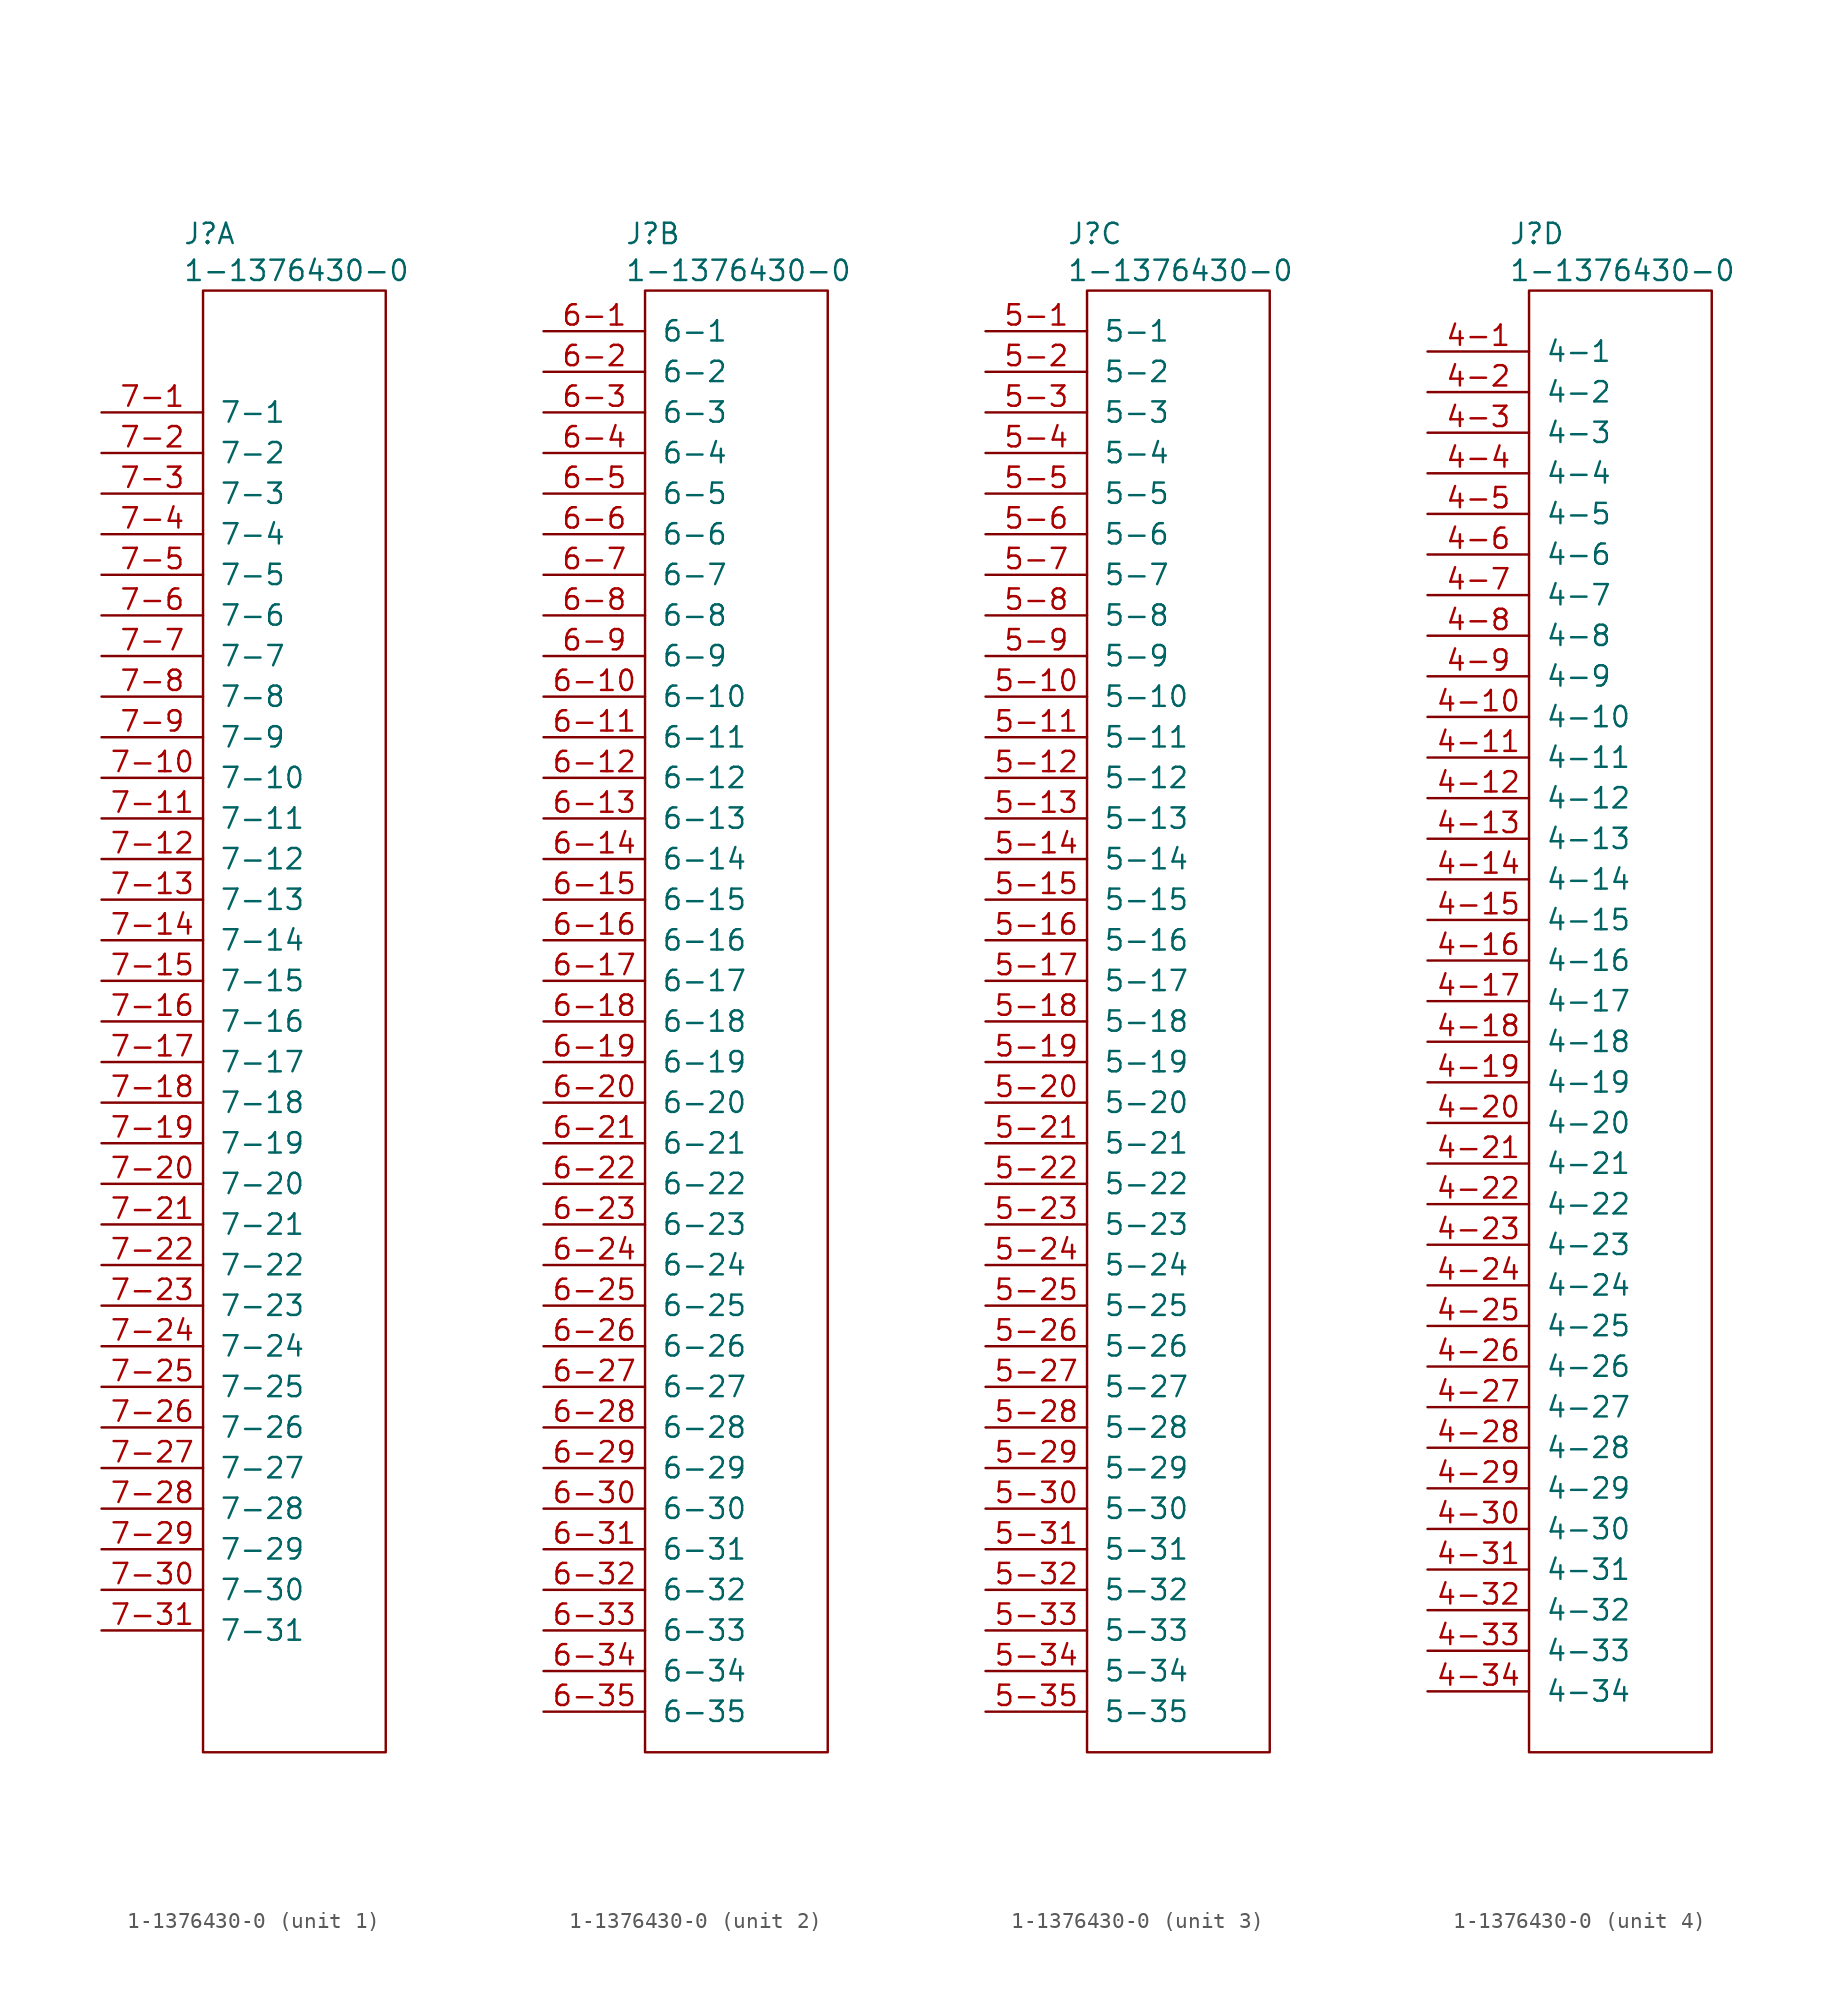
<source format=kicad_sym>
(kicad_symbol_lib
  (version 20231120)
  (generator "kicad_symbol_editor")
  (generator_version "8.0")
  (symbol "1-1376430-0"
    (pin_names
      (offset 1.016))
    (property "Reference" "J"
      (at -1.27 49.276 0)
      (effects (font (size 1.27 1.27)) (justify left)))
    (property "Value" "1-1376430-0"
      (at -1.27 46.965 0)
      (effects (font (size 1.27 1.27)) (justify left)))
    (symbol "1-1376430-0_0_1"
      (rectangle (start 0 45.72) (end 11.43 -45.72) (stroke (width 0) (type default)) (fill (type none))))
    (symbol "1-1376430-0_1_1"
      (pin input line (at -6.35 38.1 0) (length 6.35) (name "7-1" (effects (font (size 1.27 1.27)))) (number "7-1" (effects (font (size 1.27 1.27)))))
      (pin input line (at -6.35 15.24 0) (length 6.35) (name "7-10" (effects (font (size 1.27 1.27)))) (number "7-10" (effects (font (size 1.27 1.27)))))
      (pin input line (at -6.35 12.7 0) (length 6.35) (name "7-11" (effects (font (size 1.27 1.27)))) (number "7-11" (effects (font (size 1.27 1.27)))))
      (pin input line (at -6.35 10.16 0) (length 6.35) (name "7-12" (effects (font (size 1.27 1.27)))) (number "7-12" (effects (font (size 1.27 1.27)))))
      (pin input line (at -6.35 7.62 0) (length 6.35) (name "7-13" (effects (font (size 1.27 1.27)))) (number "7-13" (effects (font (size 1.27 1.27)))))
      (pin input line (at -6.35 5.08 0) (length 6.35) (name "7-14" (effects (font (size 1.27 1.27)))) (number "7-14" (effects (font (size 1.27 1.27)))))
      (pin input line (at -6.35 2.54 0) (length 6.35) (name "7-15" (effects (font (size 1.27 1.27)))) (number "7-15" (effects (font (size 1.27 1.27)))))
      (pin input line (at -6.35 0 0) (length 6.35) (name "7-16" (effects (font (size 1.27 1.27)))) (number "7-16" (effects (font (size 1.27 1.27)))))
      (pin input line (at -6.35 -2.54 0) (length 6.35) (name "7-17" (effects (font (size 1.27 1.27)))) (number "7-17" (effects (font (size 1.27 1.27)))))
      (pin input line (at -6.35 -5.08 0) (length 6.35) (name "7-18" (effects (font (size 1.27 1.27)))) (number "7-18" (effects (font (size 1.27 1.27)))))
      (pin input line (at -6.35 -7.62 0) (length 6.35) (name "7-19" (effects (font (size 1.27 1.27)))) (number "7-19" (effects (font (size 1.27 1.27)))))
      (pin input line (at -6.35 35.56 0) (length 6.35) (name "7-2" (effects (font (size 1.27 1.27)))) (number "7-2" (effects (font (size 1.27 1.27)))))
      (pin input line (at -6.35 -10.16 0) (length 6.35) (name "7-20" (effects (font (size 1.27 1.27)))) (number "7-20" (effects (font (size 1.27 1.27)))))
      (pin input line (at -6.35 -12.7 0) (length 6.35) (name "7-21" (effects (font (size 1.27 1.27)))) (number "7-21" (effects (font (size 1.27 1.27)))))
      (pin input line (at -6.35 -15.24 0) (length 6.35) (name "7-22" (effects (font (size 1.27 1.27)))) (number "7-22" (effects (font (size 1.27 1.27)))))
      (pin input line (at -6.35 -17.78 0) (length 6.35) (name "7-23" (effects (font (size 1.27 1.27)))) (number "7-23" (effects (font (size 1.27 1.27)))))
      (pin input line (at -6.35 -20.32 0) (length 6.35) (name "7-24" (effects (font (size 1.27 1.27)))) (number "7-24" (effects (font (size 1.27 1.27)))))
      (pin input line (at -6.35 -22.86 0) (length 6.35) (name "7-25" (effects (font (size 1.27 1.27)))) (number "7-25" (effects (font (size 1.27 1.27)))))
      (pin input line (at -6.35 -25.4 0) (length 6.35) (name "7-26" (effects (font (size 1.27 1.27)))) (number "7-26" (effects (font (size 1.27 1.27)))))
      (pin input line (at -6.35 -27.94 0) (length 6.35) (name "7-27" (effects (font (size 1.27 1.27)))) (number "7-27" (effects (font (size 1.27 1.27)))))
      (pin input line (at -6.35 -30.48 0) (length 6.35) (name "7-28" (effects (font (size 1.27 1.27)))) (number "7-28" (effects (font (size 1.27 1.27)))))
      (pin input line (at -6.35 -33.02 0) (length 6.35) (name "7-29" (effects (font (size 1.27 1.27)))) (number "7-29" (effects (font (size 1.27 1.27)))))
      (pin input line (at -6.35 33.02 0) (length 6.35) (name "7-3" (effects (font (size 1.27 1.27)))) (number "7-3" (effects (font (size 1.27 1.27)))))
      (pin input line (at -6.35 -35.56 0) (length 6.35) (name "7-30" (effects (font (size 1.27 1.27)))) (number "7-30" (effects (font (size 1.27 1.27)))))
      (pin input line (at -6.35 -38.1 0) (length 6.35) (name "7-31" (effects (font (size 1.27 1.27)))) (number "7-31" (effects (font (size 1.27 1.27)))))
      (pin input line (at -6.35 30.48 0) (length 6.35) (name "7-4" (effects (font (size 1.27 1.27)))) (number "7-4" (effects (font (size 1.27 1.27)))))
      (pin input line (at -6.35 27.94 0) (length 6.35) (name "7-5" (effects (font (size 1.27 1.27)))) (number "7-5" (effects (font (size 1.27 1.27)))))
      (pin input line (at -6.35 25.4 0) (length 6.35) (name "7-6" (effects (font (size 1.27 1.27)))) (number "7-6" (effects (font (size 1.27 1.27)))))
      (pin input line (at -6.35 22.86 0) (length 6.35) (name "7-7" (effects (font (size 1.27 1.27)))) (number "7-7" (effects (font (size 1.27 1.27)))))
      (pin input line (at -6.35 20.32 0) (length 6.35) (name "7-8" (effects (font (size 1.27 1.27)))) (number "7-8" (effects (font (size 1.27 1.27)))))
      (pin input line (at -6.35 17.78 0) (length 6.35) (name "7-9" (effects (font (size 1.27 1.27)))) (number "7-9" (effects (font (size 1.27 1.27))))))
    (symbol "1-1376430-0_2_1"
      (pin input line (at -6.35 43.18 0) (length 6.35) (name "6-1" (effects (font (size 1.27 1.27)))) (number "6-1" (effects (font (size 1.27 1.27)))))
      (pin input line (at -6.35 20.32 0) (length 6.35) (name "6-10" (effects (font (size 1.27 1.27)))) (number "6-10" (effects (font (size 1.27 1.27)))))
      (pin input line (at -6.35 17.78 0) (length 6.35) (name "6-11" (effects (font (size 1.27 1.27)))) (number "6-11" (effects (font (size 1.27 1.27)))))
      (pin input line (at -6.35 15.24 0) (length 6.35) (name "6-12" (effects (font (size 1.27 1.27)))) (number "6-12" (effects (font (size 1.27 1.27)))))
      (pin input line (at -6.35 12.7 0) (length 6.35) (name "6-13" (effects (font (size 1.27 1.27)))) (number "6-13" (effects (font (size 1.27 1.27)))))
      (pin input line (at -6.35 10.16 0) (length 6.35) (name "6-14" (effects (font (size 1.27 1.27)))) (number "6-14" (effects (font (size 1.27 1.27)))))
      (pin input line (at -6.35 7.62 0) (length 6.35) (name "6-15" (effects (font (size 1.27 1.27)))) (number "6-15" (effects (font (size 1.27 1.27)))))
      (pin input line (at -6.35 5.08 0) (length 6.35) (name "6-16" (effects (font (size 1.27 1.27)))) (number "6-16" (effects (font (size 1.27 1.27)))))
      (pin input line (at -6.35 2.54 0) (length 6.35) (name "6-17" (effects (font (size 1.27 1.27)))) (number "6-17" (effects (font (size 1.27 1.27)))))
      (pin input line (at -6.35 0 0) (length 6.35) (name "6-18" (effects (font (size 1.27 1.27)))) (number "6-18" (effects (font (size 1.27 1.27)))))
      (pin input line (at -6.35 -2.54 0) (length 6.35) (name "6-19" (effects (font (size 1.27 1.27)))) (number "6-19" (effects (font (size 1.27 1.27)))))
      (pin input line (at -6.35 40.64 0) (length 6.35) (name "6-2" (effects (font (size 1.27 1.27)))) (number "6-2" (effects (font (size 1.27 1.27)))))
      (pin input line (at -6.35 -5.08 0) (length 6.35) (name "6-20" (effects (font (size 1.27 1.27)))) (number "6-20" (effects (font (size 1.27 1.27)))))
      (pin input line (at -6.35 -7.62 0) (length 6.35) (name "6-21" (effects (font (size 1.27 1.27)))) (number "6-21" (effects (font (size 1.27 1.27)))))
      (pin input line (at -6.35 -10.16 0) (length 6.35) (name "6-22" (effects (font (size 1.27 1.27)))) (number "6-22" (effects (font (size 1.27 1.27)))))
      (pin input line (at -6.35 -12.7 0) (length 6.35) (name "6-23" (effects (font (size 1.27 1.27)))) (number "6-23" (effects (font (size 1.27 1.27)))))
      (pin input line (at -6.35 -15.24 0) (length 6.35) (name "6-24" (effects (font (size 1.27 1.27)))) (number "6-24" (effects (font (size 1.27 1.27)))))
      (pin input line (at -6.35 -17.78 0) (length 6.35) (name "6-25" (effects (font (size 1.27 1.27)))) (number "6-25" (effects (font (size 1.27 1.27)))))
      (pin input line (at -6.35 -20.32 0) (length 6.35) (name "6-26" (effects (font (size 1.27 1.27)))) (number "6-26" (effects (font (size 1.27 1.27)))))
      (pin input line (at -6.35 -22.86 0) (length 6.35) (name "6-27" (effects (font (size 1.27 1.27)))) (number "6-27" (effects (font (size 1.27 1.27)))))
      (pin input line (at -6.35 -25.4 0) (length 6.35) (name "6-28" (effects (font (size 1.27 1.27)))) (number "6-28" (effects (font (size 1.27 1.27)))))
      (pin input line (at -6.35 -27.94 0) (length 6.35) (name "6-29" (effects (font (size 1.27 1.27)))) (number "6-29" (effects (font (size 1.27 1.27)))))
      (pin input line (at -6.35 38.1 0) (length 6.35) (name "6-3" (effects (font (size 1.27 1.27)))) (number "6-3" (effects (font (size 1.27 1.27)))))
      (pin input line (at -6.35 -30.48 0) (length 6.35) (name "6-30" (effects (font (size 1.27 1.27)))) (number "6-30" (effects (font (size 1.27 1.27)))))
      (pin input line (at -6.35 -33.02 0) (length 6.35) (name "6-31" (effects (font (size 1.27 1.27)))) (number "6-31" (effects (font (size 1.27 1.27)))))
      (pin input line (at -6.35 -35.56 0) (length 6.35) (name "6-32" (effects (font (size 1.27 1.27)))) (number "6-32" (effects (font (size 1.27 1.27)))))
      (pin input line (at -6.35 -38.1 0) (length 6.35) (name "6-33" (effects (font (size 1.27 1.27)))) (number "6-33" (effects (font (size 1.27 1.27)))))
      (pin input line (at -6.35 -40.64 0) (length 6.35) (name "6-34" (effects (font (size 1.27 1.27)))) (number "6-34" (effects (font (size 1.27 1.27)))))
      (pin input line (at -6.35 -43.18 0) (length 6.35) (name "6-35" (effects (font (size 1.27 1.27)))) (number "6-35" (effects (font (size 1.27 1.27)))))
      (pin input line (at -6.35 35.56 0) (length 6.35) (name "6-4" (effects (font (size 1.27 1.27)))) (number "6-4" (effects (font (size 1.27 1.27)))))
      (pin input line (at -6.35 33.02 0) (length 6.35) (name "6-5" (effects (font (size 1.27 1.27)))) (number "6-5" (effects (font (size 1.27 1.27)))))
      (pin input line (at -6.35 30.48 0) (length 6.35) (name "6-6" (effects (font (size 1.27 1.27)))) (number "6-6" (effects (font (size 1.27 1.27)))))
      (pin input line (at -6.35 27.94 0) (length 6.35) (name "6-7" (effects (font (size 1.27 1.27)))) (number "6-7" (effects (font (size 1.27 1.27)))))
      (pin input line (at -6.35 25.4 0) (length 6.35) (name "6-8" (effects (font (size 1.27 1.27)))) (number "6-8" (effects (font (size 1.27 1.27)))))
      (pin input line (at -6.35 22.86 0) (length 6.35) (name "6-9" (effects (font (size 1.27 1.27)))) (number "6-9" (effects (font (size 1.27 1.27))))))
    (symbol "1-1376430-0_3_1"
      (pin input line (at -6.35 43.18 0) (length 6.35) (name "5-1" (effects (font (size 1.27 1.27)))) (number "5-1" (effects (font (size 1.27 1.27)))))
      (pin input line (at -6.35 20.32 0) (length 6.35) (name "5-10" (effects (font (size 1.27 1.27)))) (number "5-10" (effects (font (size 1.27 1.27)))))
      (pin input line (at -6.35 17.78 0) (length 6.35) (name "5-11" (effects (font (size 1.27 1.27)))) (number "5-11" (effects (font (size 1.27 1.27)))))
      (pin input line (at -6.35 15.24 0) (length 6.35) (name "5-12" (effects (font (size 1.27 1.27)))) (number "5-12" (effects (font (size 1.27 1.27)))))
      (pin input line (at -6.35 12.7 0) (length 6.35) (name "5-13" (effects (font (size 1.27 1.27)))) (number "5-13" (effects (font (size 1.27 1.27)))))
      (pin input line (at -6.35 10.16 0) (length 6.35) (name "5-14" (effects (font (size 1.27 1.27)))) (number "5-14" (effects (font (size 1.27 1.27)))))
      (pin input line (at -6.35 7.62 0) (length 6.35) (name "5-15" (effects (font (size 1.27 1.27)))) (number "5-15" (effects (font (size 1.27 1.27)))))
      (pin input line (at -6.35 5.08 0) (length 6.35) (name "5-16" (effects (font (size 1.27 1.27)))) (number "5-16" (effects (font (size 1.27 1.27)))))
      (pin input line (at -6.35 2.54 0) (length 6.35) (name "5-17" (effects (font (size 1.27 1.27)))) (number "5-17" (effects (font (size 1.27 1.27)))))
      (pin input line (at -6.35 0 0) (length 6.35) (name "5-18" (effects (font (size 1.27 1.27)))) (number "5-18" (effects (font (size 1.27 1.27)))))
      (pin input line (at -6.35 -2.54 0) (length 6.35) (name "5-19" (effects (font (size 1.27 1.27)))) (number "5-19" (effects (font (size 1.27 1.27)))))
      (pin input line (at -6.35 40.64 0) (length 6.35) (name "5-2" (effects (font (size 1.27 1.27)))) (number "5-2" (effects (font (size 1.27 1.27)))))
      (pin input line (at -6.35 -5.08 0) (length 6.35) (name "5-20" (effects (font (size 1.27 1.27)))) (number "5-20" (effects (font (size 1.27 1.27)))))
      (pin input line (at -6.35 -7.62 0) (length 6.35) (name "5-21" (effects (font (size 1.27 1.27)))) (number "5-21" (effects (font (size 1.27 1.27)))))
      (pin input line (at -6.35 -10.16 0) (length 6.35) (name "5-22" (effects (font (size 1.27 1.27)))) (number "5-22" (effects (font (size 1.27 1.27)))))
      (pin input line (at -6.35 -12.7 0) (length 6.35) (name "5-23" (effects (font (size 1.27 1.27)))) (number "5-23" (effects (font (size 1.27 1.27)))))
      (pin input line (at -6.35 -15.24 0) (length 6.35) (name "5-24" (effects (font (size 1.27 1.27)))) (number "5-24" (effects (font (size 1.27 1.27)))))
      (pin input line (at -6.35 -17.78 0) (length 6.35) (name "5-25" (effects (font (size 1.27 1.27)))) (number "5-25" (effects (font (size 1.27 1.27)))))
      (pin input line (at -6.35 -20.32 0) (length 6.35) (name "5-26" (effects (font (size 1.27 1.27)))) (number "5-26" (effects (font (size 1.27 1.27)))))
      (pin input line (at -6.35 -22.86 0) (length 6.35) (name "5-27" (effects (font (size 1.27 1.27)))) (number "5-27" (effects (font (size 1.27 1.27)))))
      (pin input line (at -6.35 -25.4 0) (length 6.35) (name "5-28" (effects (font (size 1.27 1.27)))) (number "5-28" (effects (font (size 1.27 1.27)))))
      (pin input line (at -6.35 -27.94 0) (length 6.35) (name "5-29" (effects (font (size 1.27 1.27)))) (number "5-29" (effects (font (size 1.27 1.27)))))
      (pin input line (at -6.35 38.1 0) (length 6.35) (name "5-3" (effects (font (size 1.27 1.27)))) (number "5-3" (effects (font (size 1.27 1.27)))))
      (pin input line (at -6.35 -30.48 0) (length 6.35) (name "5-30" (effects (font (size 1.27 1.27)))) (number "5-30" (effects (font (size 1.27 1.27)))))
      (pin input line (at -6.35 -33.02 0) (length 6.35) (name "5-31" (effects (font (size 1.27 1.27)))) (number "5-31" (effects (font (size 1.27 1.27)))))
      (pin input line (at -6.35 -35.56 0) (length 6.35) (name "5-32" (effects (font (size 1.27 1.27)))) (number "5-32" (effects (font (size 1.27 1.27)))))
      (pin input line (at -6.35 -38.1 0) (length 6.35) (name "5-33" (effects (font (size 1.27 1.27)))) (number "5-33" (effects (font (size 1.27 1.27)))))
      (pin input line (at -6.35 -40.64 0) (length 6.35) (name "5-34" (effects (font (size 1.27 1.27)))) (number "5-34" (effects (font (size 1.27 1.27)))))
      (pin input line (at -6.35 -43.18 0) (length 6.35) (name "5-35" (effects (font (size 1.27 1.27)))) (number "5-35" (effects (font (size 1.27 1.27)))))
      (pin input line (at -6.35 35.56 0) (length 6.35) (name "5-4" (effects (font (size 1.27 1.27)))) (number "5-4" (effects (font (size 1.27 1.27)))))
      (pin input line (at -6.35 33.02 0) (length 6.35) (name "5-5" (effects (font (size 1.27 1.27)))) (number "5-5" (effects (font (size 1.27 1.27)))))
      (pin input line (at -6.35 30.48 0) (length 6.35) (name "5-6" (effects (font (size 1.27 1.27)))) (number "5-6" (effects (font (size 1.27 1.27)))))
      (pin input line (at -6.35 27.94 0) (length 6.35) (name "5-7" (effects (font (size 1.27 1.27)))) (number "5-7" (effects (font (size 1.27 1.27)))))
      (pin input line (at -6.35 25.4 0) (length 6.35) (name "5-8" (effects (font (size 1.27 1.27)))) (number "5-8" (effects (font (size 1.27 1.27)))))
      (pin input line (at -6.35 22.86 0) (length 6.35) (name "5-9" (effects (font (size 1.27 1.27)))) (number "5-9" (effects (font (size 1.27 1.27))))))
    (symbol "1-1376430-0_4_1"
      (pin input line (at -6.35 41.91 0) (length 6.35) (name "4-1" (effects (font (size 1.27 1.27)))) (number "4-1" (effects (font (size 1.27 1.27)))))
      (pin input line (at -6.35 19.05 0) (length 6.35) (name "4-10" (effects (font (size 1.27 1.27)))) (number "4-10" (effects (font (size 1.27 1.27)))))
      (pin input line (at -6.35 16.51 0) (length 6.35) (name "4-11" (effects (font (size 1.27 1.27)))) (number "4-11" (effects (font (size 1.27 1.27)))))
      (pin input line (at -6.35 13.97 0) (length 6.35) (name "4-12" (effects (font (size 1.27 1.27)))) (number "4-12" (effects (font (size 1.27 1.27)))))
      (pin input line (at -6.35 11.43 0) (length 6.35) (name "4-13" (effects (font (size 1.27 1.27)))) (number "4-13" (effects (font (size 1.27 1.27)))))
      (pin input line (at -6.35 8.89 0) (length 6.35) (name "4-14" (effects (font (size 1.27 1.27)))) (number "4-14" (effects (font (size 1.27 1.27)))))
      (pin input line (at -6.35 6.35 0) (length 6.35) (name "4-15" (effects (font (size 1.27 1.27)))) (number "4-15" (effects (font (size 1.27 1.27)))))
      (pin input line (at -6.35 3.81 0) (length 6.35) (name "4-16" (effects (font (size 1.27 1.27)))) (number "4-16" (effects (font (size 1.27 1.27)))))
      (pin input line (at -6.35 1.27 0) (length 6.35) (name "4-17" (effects (font (size 1.27 1.27)))) (number "4-17" (effects (font (size 1.27 1.27)))))
      (pin input line (at -6.35 -1.27 0) (length 6.35) (name "4-18" (effects (font (size 1.27 1.27)))) (number "4-18" (effects (font (size 1.27 1.27)))))
      (pin input line (at -6.35 -3.81 0) (length 6.35) (name "4-19" (effects (font (size 1.27 1.27)))) (number "4-19" (effects (font (size 1.27 1.27)))))
      (pin input line (at -6.35 39.37 0) (length 6.35) (name "4-2" (effects (font (size 1.27 1.27)))) (number "4-2" (effects (font (size 1.27 1.27)))))
      (pin input line (at -6.35 -6.35 0) (length 6.35) (name "4-20" (effects (font (size 1.27 1.27)))) (number "4-20" (effects (font (size 1.27 1.27)))))
      (pin input line (at -6.35 -8.89 0) (length 6.35) (name "4-21" (effects (font (size 1.27 1.27)))) (number "4-21" (effects (font (size 1.27 1.27)))))
      (pin input line (at -6.35 -11.43 0) (length 6.35) (name "4-22" (effects (font (size 1.27 1.27)))) (number "4-22" (effects (font (size 1.27 1.27)))))
      (pin input line (at -6.35 -13.97 0) (length 6.35) (name "4-23" (effects (font (size 1.27 1.27)))) (number "4-23" (effects (font (size 1.27 1.27)))))
      (pin input line (at -6.35 -16.51 0) (length 6.35) (name "4-24" (effects (font (size 1.27 1.27)))) (number "4-24" (effects (font (size 1.27 1.27)))))
      (pin input line (at -6.35 -19.05 0) (length 6.35) (name "4-25" (effects (font (size 1.27 1.27)))) (number "4-25" (effects (font (size 1.27 1.27)))))
      (pin input line (at -6.35 -21.59 0) (length 6.35) (name "4-26" (effects (font (size 1.27 1.27)))) (number "4-26" (effects (font (size 1.27 1.27)))))
      (pin input line (at -6.35 -24.13 0) (length 6.35) (name "4-27" (effects (font (size 1.27 1.27)))) (number "4-27" (effects (font (size 1.27 1.27)))))
      (pin input line (at -6.35 -26.67 0) (length 6.35) (name "4-28" (effects (font (size 1.27 1.27)))) (number "4-28" (effects (font (size 1.27 1.27)))))
      (pin input line (at -6.35 -29.21 0) (length 6.35) (name "4-29" (effects (font (size 1.27 1.27)))) (number "4-29" (effects (font (size 1.27 1.27)))))
      (pin input line (at -6.35 36.83 0) (length 6.35) (name "4-3" (effects (font (size 1.27 1.27)))) (number "4-3" (effects (font (size 1.27 1.27)))))
      (pin input line (at -6.35 -31.75 0) (length 6.35) (name "4-30" (effects (font (size 1.27 1.27)))) (number "4-30" (effects (font (size 1.27 1.27)))))
      (pin input line (at -6.35 -34.29 0) (length 6.35) (name "4-31" (effects (font (size 1.27 1.27)))) (number "4-31" (effects (font (size 1.27 1.27)))))
      (pin input line (at -6.35 -36.83 0) (length 6.35) (name "4-32" (effects (font (size 1.27 1.27)))) (number "4-32" (effects (font (size 1.27 1.27)))))
      (pin input line (at -6.35 -39.37 0) (length 6.35) (name "4-33" (effects (font (size 1.27 1.27)))) (number "4-33" (effects (font (size 1.27 1.27)))))
      (pin input line (at -6.35 -41.91 0) (length 6.35) (name "4-34" (effects (font (size 1.27 1.27)))) (number "4-34" (effects (font (size 1.27 1.27)))))
      (pin input line (at -6.35 34.29 0) (length 6.35) (name "4-4" (effects (font (size 1.27 1.27)))) (number "4-4" (effects (font (size 1.27 1.27)))))
      (pin input line (at -6.35 31.75 0) (length 6.35) (name "4-5" (effects (font (size 1.27 1.27)))) (number "4-5" (effects (font (size 1.27 1.27)))))
      (pin input line (at -6.35 29.21 0) (length 6.35) (name "4-6" (effects (font (size 1.27 1.27)))) (number "4-6" (effects (font (size 1.27 1.27)))))
      (pin input line (at -6.35 26.67 0) (length 6.35) (name "4-7" (effects (font (size 1.27 1.27)))) (number "4-7" (effects (font (size 1.27 1.27)))))
      (pin input line (at -6.35 24.13 0) (length 6.35) (name "4-8" (effects (font (size 1.27 1.27)))) (number "4-8" (effects (font (size 1.27 1.27)))))
      (pin input line (at -6.35 21.59 0) (length 6.35) (name "4-9" (effects (font (size 1.27 1.27)))) (number "4-9" (effects (font (size 1.27 1.27))))))))
</source>
